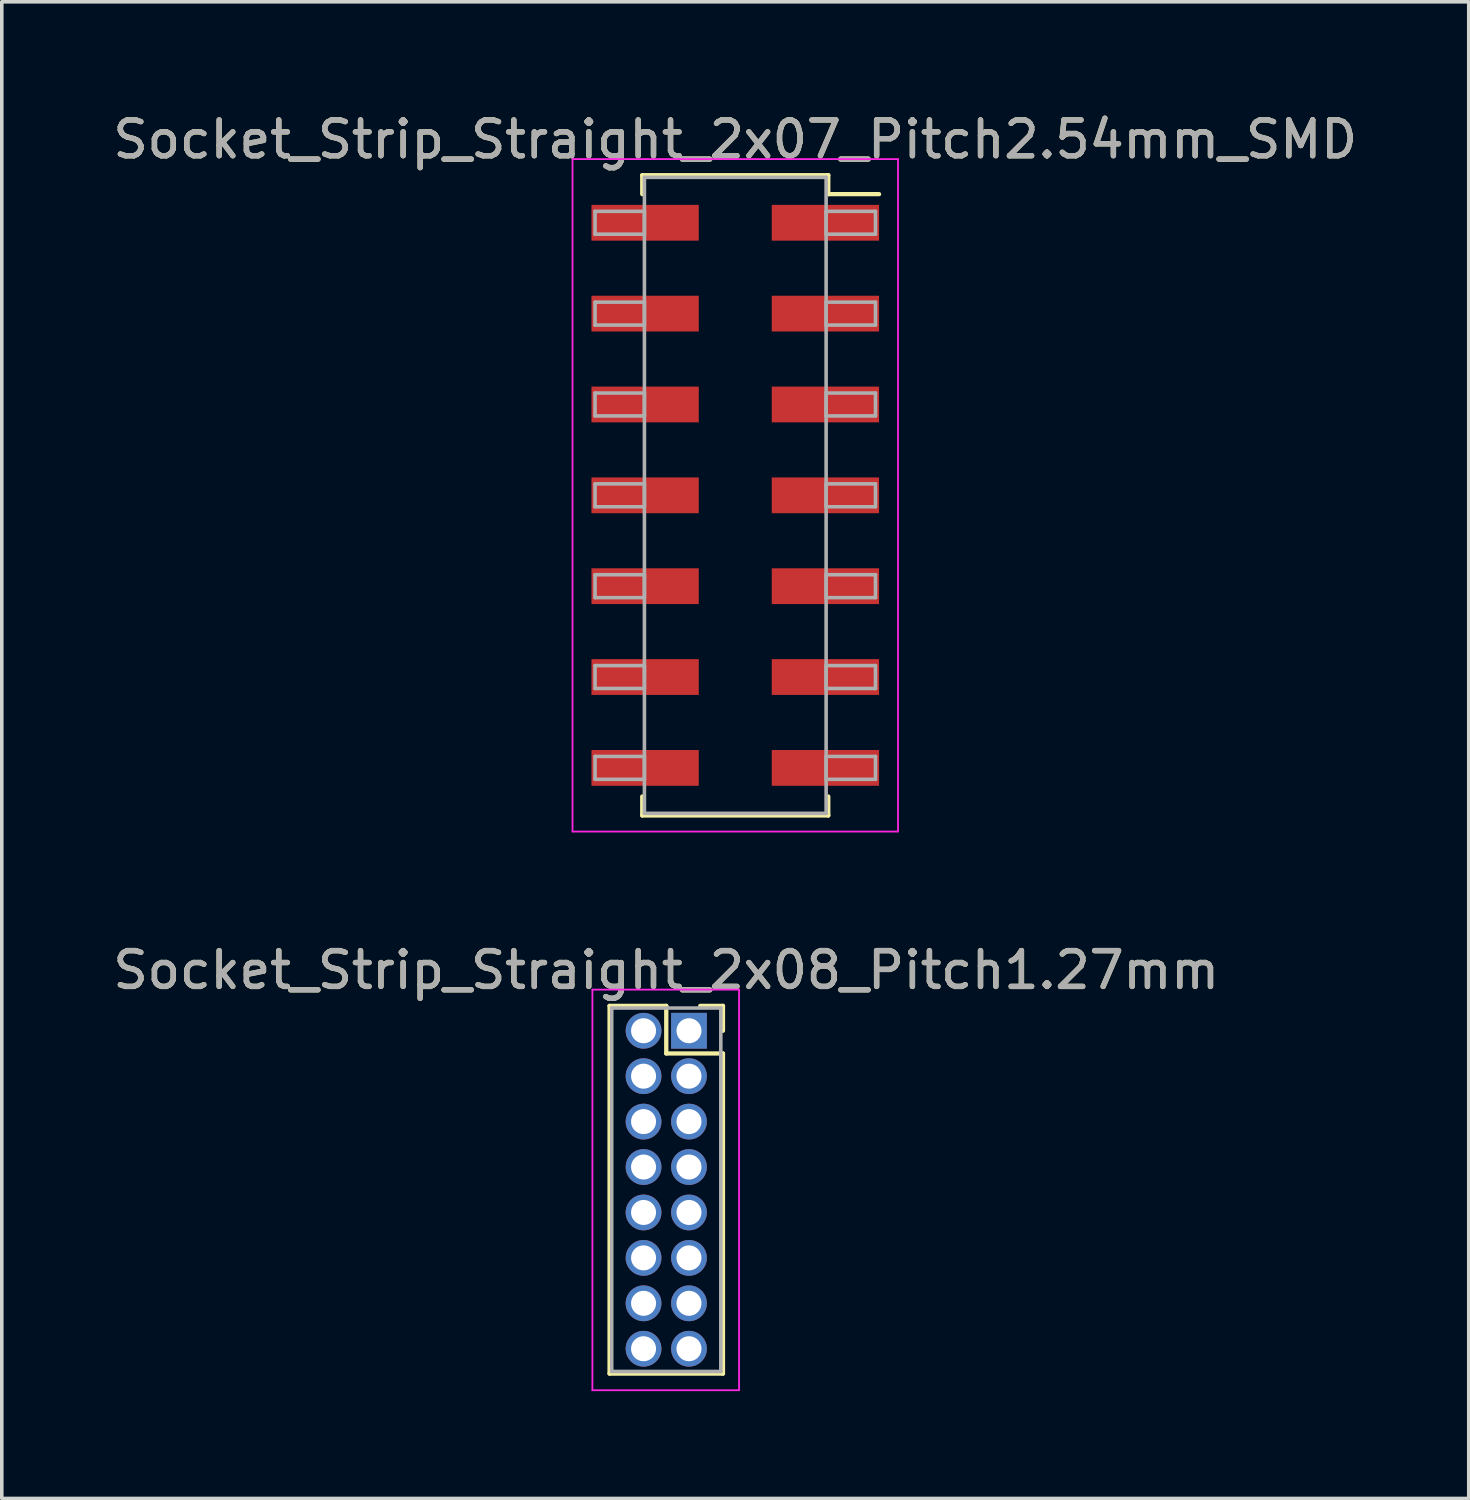
<source format=kicad_pcb>
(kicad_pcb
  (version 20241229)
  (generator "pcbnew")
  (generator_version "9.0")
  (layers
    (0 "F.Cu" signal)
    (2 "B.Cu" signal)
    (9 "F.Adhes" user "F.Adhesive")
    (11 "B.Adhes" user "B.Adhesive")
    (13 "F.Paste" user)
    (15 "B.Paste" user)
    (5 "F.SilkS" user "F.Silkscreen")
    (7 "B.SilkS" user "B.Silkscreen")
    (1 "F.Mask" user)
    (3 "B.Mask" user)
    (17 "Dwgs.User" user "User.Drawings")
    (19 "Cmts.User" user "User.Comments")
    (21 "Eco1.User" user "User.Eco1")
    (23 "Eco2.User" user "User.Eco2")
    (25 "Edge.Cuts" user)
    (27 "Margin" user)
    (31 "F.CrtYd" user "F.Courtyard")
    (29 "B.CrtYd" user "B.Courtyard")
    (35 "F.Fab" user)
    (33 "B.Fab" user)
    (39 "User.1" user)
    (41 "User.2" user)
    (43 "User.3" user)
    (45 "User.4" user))
  (footprint "Socket_Strip_Straight_2x08_Pitch1.27mm"
    (layer "F.Cu")
    (at 16.212 25.767)
    (property "Reference" "Socket_Strip_Straight_2x08_Pitch1.27mm" (at -0.635 -1.695 0) (layer "F.SilkS") (effects (font (size 1 1) (thickness 0.15))))
    (attr through_hole)
    (fp_line (start -2.22 -0.695) (end -0.635 -0.695) (stroke (width 0.12) (type solid)) (layer "F.SilkS"))
    (fp_line (start -2.22 9.585) (end -2.22 -0.695) (stroke (width 0.12) (type solid)) (layer "F.SilkS"))
    (fp_line (start -0.635 -0.695) (end -0.635 0.635) (stroke (width 0.12) (type solid)) (layer "F.SilkS"))
    (fp_line (start -0.635 0.635) (end 0.95 0.635) (stroke (width 0.12) (type solid)) (layer "F.SilkS"))
    (fp_line (start 0.95 -0.695) (end 0.315 -0.695) (stroke (width 0.12) (type solid)) (layer "F.SilkS"))
    (fp_line (start 0.95 0) (end 0.95 -0.695) (stroke (width 0.12) (type solid)) (layer "F.SilkS"))
    (fp_line (start 0.95 0.635) (end 0.95 9.585) (stroke (width 0.12) (type solid)) (layer "F.SilkS"))
    (fp_line (start 0.95 9.585) (end -2.22 9.585) (stroke (width 0.12) (type solid)) (layer "F.SilkS"))
    (fp_line (start -2.7 -1.15) (end -2.7 10.05) (stroke (width 0.05) (type solid)) (layer "F.CrtYd"))
    (fp_line (start -2.7 10.05) (end 1.4 10.05) (stroke (width 0.05) (type solid)) (layer "F.CrtYd"))
    (fp_line (start 1.4 -1.15) (end -2.7 -1.15) (stroke (width 0.05) (type solid)) (layer "F.CrtYd"))
    (fp_line (start 1.4 10.05) (end 1.4 -1.15) (stroke (width 0.05) (type solid)) (layer "F.CrtYd"))
    (fp_line (start -2.16 -0.635) (end -2.16 9.525) (stroke (width 0.1) (type solid)) (layer "F.Fab"))
    (fp_line (start -2.16 9.525) (end 0.89 9.525) (stroke (width 0.1) (type solid)) (layer "F.Fab"))
    (fp_line (start 0.89 -0.635) (end -2.16 -0.635) (stroke (width 0.1) (type solid)) (layer "F.Fab"))
    (fp_line (start 0.89 9.525) (end 0.89 -0.635) (stroke (width 0.1) (type solid)) (layer "F.Fab"))
    (fp_text user "${REFERENCE}" (at -0.635 -1.695 0) (layer "F.Fab") (effects (font (size 1 1) (thickness 0.15))))
    (pad "1" thru_hole rect (at 0 0) (size 1 1) (drill 0.7) (layers "*.Cu" "*.Mask"))
    (pad "2" thru_hole oval (at -1.27 0) (size 1 1) (drill 0.7) (layers "*.Cu" "*.Mask"))
    (pad "3" thru_hole oval (at 0 1.27) (size 1 1) (drill 0.7) (layers "*.Cu" "*.Mask"))
    (pad "4" thru_hole oval (at -1.27 1.27) (size 1 1) (drill 0.7) (layers "*.Cu" "*.Mask"))
    (pad "5" thru_hole oval (at 0 2.54) (size 1 1) (drill 0.7) (layers "*.Cu" "*.Mask"))
    (pad "6" thru_hole oval (at -1.27 2.54) (size 1 1) (drill 0.7) (layers "*.Cu" "*.Mask"))
    (pad "7" thru_hole oval (at 0 3.81) (size 1 1) (drill 0.7) (layers "*.Cu" "*.Mask"))
    (pad "8" thru_hole oval (at -1.27 3.81) (size 1 1) (drill 0.7) (layers "*.Cu" "*.Mask"))
    (pad "9" thru_hole oval (at 0 5.08) (size 1 1) (drill 0.7) (layers "*.Cu" "*.Mask"))
    (pad "10" thru_hole oval (at -1.27 5.08) (size 1 1) (drill 0.7) (layers "*.Cu" "*.Mask"))
    (pad "11" thru_hole oval (at 0 6.35) (size 1 1) (drill 0.7) (layers "*.Cu" "*.Mask"))
    (pad "12" thru_hole oval (at -1.27 6.35) (size 1 1) (drill 0.7) (layers "*.Cu" "*.Mask"))
    (pad "13" thru_hole oval (at 0 7.62) (size 1 1) (drill 0.7) (layers "*.Cu" "*.Mask"))
    (pad "14" thru_hole oval (at -1.27 7.62) (size 1 1) (drill 0.7) (layers "*.Cu" "*.Mask"))
    (pad "15" thru_hole oval (at 0 8.89) (size 1 1) (drill 0.7) (layers "*.Cu" "*.Mask"))
    (pad "16" thru_hole oval (at -1.27 8.89) (size 1 1) (drill 0.7) (layers "*.Cu" "*.Mask")))
  (footprint "Socket_Strip_Straight_2x07_Pitch2.54mm_SMD"
    (layer "F.Cu")
    (at 17.506 10.798)
    (property "Reference" "Socket_Strip_Straight_2x07_Pitch2.54mm_SMD" (at 0 -9.95 0) (layer "F.SilkS") (effects (font (size 1 1) (thickness 0.15))))
    (attr smd)
    (fp_line (start -2.6 -8.95) (end 2.6 -8.95) (stroke (width 0.12) (type solid)) (layer "F.SilkS"))
    (fp_line (start -2.6 -8.42) (end -2.6 -8.95) (stroke (width 0.12) (type solid)) (layer "F.SilkS"))
    (fp_line (start -2.6 8.42) (end -2.6 8.95) (stroke (width 0.12) (type solid)) (layer "F.SilkS"))
    (fp_line (start -2.6 8.95) (end 2.6 8.95) (stroke (width 0.12) (type solid)) (layer "F.SilkS"))
    (fp_line (start 2.6 -8.95) (end 2.6 -8.42) (stroke (width 0.12) (type solid)) (layer "F.SilkS"))
    (fp_line (start 2.6 8.95) (end 2.6 8.42) (stroke (width 0.12) (type solid)) (layer "F.SilkS"))
    (fp_line (start 4.02 -8.42) (end 2.6 -8.42) (stroke (width 0.12) (type solid)) (layer "F.SilkS"))
    (fp_line (start -4.55 -9.4) (end -4.55 9.4) (stroke (width 0.05) (type solid)) (layer "F.CrtYd"))
    (fp_line (start -4.55 9.4) (end 4.55 9.4) (stroke (width 0.05) (type solid)) (layer "F.CrtYd"))
    (fp_line (start 4.55 -9.4) (end -4.55 -9.4) (stroke (width 0.05) (type solid)) (layer "F.CrtYd"))
    (fp_line (start 4.55 9.4) (end 4.55 -9.4) (stroke (width 0.05) (type solid)) (layer "F.CrtYd"))
    (fp_line (start -3.92 -7.94) (end -2.54 -7.94) (stroke (width 0.1) (type solid)) (layer "F.Fab"))
    (fp_line (start -3.92 -7.3) (end -3.92 -7.94) (stroke (width 0.1) (type solid)) (layer "F.Fab"))
    (fp_line (start -3.92 -5.4) (end -2.54 -5.4) (stroke (width 0.1) (type solid)) (layer "F.Fab"))
    (fp_line (start -3.92 -4.76) (end -3.92 -5.4) (stroke (width 0.1) (type solid)) (layer "F.Fab"))
    (fp_line (start -3.92 -2.86) (end -2.54 -2.86) (stroke (width 0.1) (type solid)) (layer "F.Fab"))
    (fp_line (start -3.92 -2.22) (end -3.92 -2.86) (stroke (width 0.1) (type solid)) (layer "F.Fab"))
    (fp_line (start -3.92 -0.32) (end -2.54 -0.32) (stroke (width 0.1) (type solid)) (layer "F.Fab"))
    (fp_line (start -3.92 0.32) (end -3.92 -0.32) (stroke (width 0.1) (type solid)) (layer "F.Fab"))
    (fp_line (start -3.92 2.22) (end -2.54 2.22) (stroke (width 0.1) (type solid)) (layer "F.Fab"))
    (fp_line (start -3.92 2.86) (end -3.92 2.22) (stroke (width 0.1) (type solid)) (layer "F.Fab"))
    (fp_line (start -3.92 4.76) (end -2.54 4.76) (stroke (width 0.1) (type solid)) (layer "F.Fab"))
    (fp_line (start -3.92 5.4) (end -3.92 4.76) (stroke (width 0.1) (type solid)) (layer "F.Fab"))
    (fp_line (start -3.92 7.3) (end -2.54 7.3) (stroke (width 0.1) (type solid)) (layer "F.Fab"))
    (fp_line (start -3.92 7.94) (end -3.92 7.3) (stroke (width 0.1) (type solid)) (layer "F.Fab"))
    (fp_line (start -2.54 -8.89) (end -2.54 8.89) (stroke (width 0.1) (type solid)) (layer "F.Fab"))
    (fp_line (start -2.54 -7.94) (end -2.54 -7.3) (stroke (width 0.1) (type solid)) (layer "F.Fab"))
    (fp_line (start -2.54 -7.3) (end -3.92 -7.3) (stroke (width 0.1) (type solid)) (layer "F.Fab"))
    (fp_line (start -2.54 -5.4) (end -2.54 -4.76) (stroke (width 0.1) (type solid)) (layer "F.Fab"))
    (fp_line (start -2.54 -4.76) (end -3.92 -4.76) (stroke (width 0.1) (type solid)) (layer "F.Fab"))
    (fp_line (start -2.54 -2.86) (end -2.54 -2.22) (stroke (width 0.1) (type solid)) (layer "F.Fab"))
    (fp_line (start -2.54 -2.22) (end -3.92 -2.22) (stroke (width 0.1) (type solid)) (layer "F.Fab"))
    (fp_line (start -2.54 -0.32) (end -2.54 0.32) (stroke (width 0.1) (type solid)) (layer "F.Fab"))
    (fp_line (start -2.54 0.32) (end -3.92 0.32) (stroke (width 0.1) (type solid)) (layer "F.Fab"))
    (fp_line (start -2.54 2.22) (end -2.54 2.86) (stroke (width 0.1) (type solid)) (layer "F.Fab"))
    (fp_line (start -2.54 2.86) (end -3.92 2.86) (stroke (width 0.1) (type solid)) (layer "F.Fab"))
    (fp_line (start -2.54 4.76) (end -2.54 5.4) (stroke (width 0.1) (type solid)) (layer "F.Fab"))
    (fp_line (start -2.54 5.4) (end -3.92 5.4) (stroke (width 0.1) (type solid)) (layer "F.Fab"))
    (fp_line (start -2.54 7.3) (end -2.54 7.94) (stroke (width 0.1) (type solid)) (layer "F.Fab"))
    (fp_line (start -2.54 7.94) (end -3.92 7.94) (stroke (width 0.1) (type solid)) (layer "F.Fab"))
    (fp_line (start -2.54 8.89) (end 2.54 8.89) (stroke (width 0.1) (type solid)) (layer "F.Fab"))
    (fp_line (start 2.54 -8.89) (end -2.54 -8.89) (stroke (width 0.1) (type solid)) (layer "F.Fab"))
    (fp_line (start 2.54 -7.94) (end 2.54 -7.3) (stroke (width 0.1) (type solid)) (layer "F.Fab"))
    (fp_line (start 2.54 -7.3) (end 3.92 -7.3) (stroke (width 0.1) (type solid)) (layer "F.Fab"))
    (fp_line (start 2.54 -5.4) (end 2.54 -4.76) (stroke (width 0.1) (type solid)) (layer "F.Fab"))
    (fp_line (start 2.54 -4.76) (end 3.92 -4.76) (stroke (width 0.1) (type solid)) (layer "F.Fab"))
    (fp_line (start 2.54 -2.86) (end 2.54 -2.22) (stroke (width 0.1) (type solid)) (layer "F.Fab"))
    (fp_line (start 2.54 -2.22) (end 3.92 -2.22) (stroke (width 0.1) (type solid)) (layer "F.Fab"))
    (fp_line (start 2.54 -0.32) (end 2.54 0.32) (stroke (width 0.1) (type solid)) (layer "F.Fab"))
    (fp_line (start 2.54 0.32) (end 3.92 0.32) (stroke (width 0.1) (type solid)) (layer "F.Fab"))
    (fp_line (start 2.54 2.22) (end 2.54 2.86) (stroke (width 0.1) (type solid)) (layer "F.Fab"))
    (fp_line (start 2.54 2.86) (end 3.92 2.86) (stroke (width 0.1) (type solid)) (layer "F.Fab"))
    (fp_line (start 2.54 4.76) (end 2.54 5.4) (stroke (width 0.1) (type solid)) (layer "F.Fab"))
    (fp_line (start 2.54 5.4) (end 3.92 5.4) (stroke (width 0.1) (type solid)) (layer "F.Fab"))
    (fp_line (start 2.54 7.3) (end 2.54 7.94) (stroke (width 0.1) (type solid)) (layer "F.Fab"))
    (fp_line (start 2.54 7.94) (end 3.92 7.94) (stroke (width 0.1) (type solid)) (layer "F.Fab"))
    (fp_line (start 2.54 8.89) (end 2.54 -8.89) (stroke (width 0.1) (type solid)) (layer "F.Fab"))
    (fp_line (start 3.92 -7.94) (end 2.54 -7.94) (stroke (width 0.1) (type solid)) (layer "F.Fab"))
    (fp_line (start 3.92 -7.3) (end 3.92 -7.94) (stroke (width 0.1) (type solid)) (layer "F.Fab"))
    (fp_line (start 3.92 -5.4) (end 2.54 -5.4) (stroke (width 0.1) (type solid)) (layer "F.Fab"))
    (fp_line (start 3.92 -4.76) (end 3.92 -5.4) (stroke (width 0.1) (type solid)) (layer "F.Fab"))
    (fp_line (start 3.92 -2.86) (end 2.54 -2.86) (stroke (width 0.1) (type solid)) (layer "F.Fab"))
    (fp_line (start 3.92 -2.22) (end 3.92 -2.86) (stroke (width 0.1) (type solid)) (layer "F.Fab"))
    (fp_line (start 3.92 -0.32) (end 2.54 -0.32) (stroke (width 0.1) (type solid)) (layer "F.Fab"))
    (fp_line (start 3.92 0.32) (end 3.92 -0.32) (stroke (width 0.1) (type solid)) (layer "F.Fab"))
    (fp_line (start 3.92 2.22) (end 2.54 2.22) (stroke (width 0.1) (type solid)) (layer "F.Fab"))
    (fp_line (start 3.92 2.86) (end 3.92 2.22) (stroke (width 0.1) (type solid)) (layer "F.Fab"))
    (fp_line (start 3.92 4.76) (end 2.54 4.76) (stroke (width 0.1) (type solid)) (layer "F.Fab"))
    (fp_line (start 3.92 5.4) (end 3.92 4.76) (stroke (width 0.1) (type solid)) (layer "F.Fab"))
    (fp_line (start 3.92 7.3) (end 2.54 7.3) (stroke (width 0.1) (type solid)) (layer "F.Fab"))
    (fp_line (start 3.92 7.94) (end 3.92 7.3) (stroke (width 0.1) (type solid)) (layer "F.Fab"))
    (fp_text user "${REFERENCE}" (at 0 -9.95 0) (layer "F.Fab") (effects (font (size 1 1) (thickness 0.15))))
    (pad "1" smd rect (at 2.52 -7.62) (size 3 1) (layers "F.Cu" "F.Mask" "F.Paste"))
    (pad "2" smd rect (at -2.52 -7.62) (size 3 1) (layers "F.Cu" "F.Mask" "F.Paste"))
    (pad "3" smd rect (at 2.52 -5.08) (size 3 1) (layers "F.Cu" "F.Mask" "F.Paste"))
    (pad "4" smd rect (at -2.52 -5.08) (size 3 1) (layers "F.Cu" "F.Mask" "F.Paste"))
    (pad "5" smd rect (at 2.52 -2.54) (size 3 1) (layers "F.Cu" "F.Mask" "F.Paste"))
    (pad "6" smd rect (at -2.52 -2.54) (size 3 1) (layers "F.Cu" "F.Mask" "F.Paste"))
    (pad "7" smd rect (at 2.52 0) (size 3 1) (layers "F.Cu" "F.Mask" "F.Paste"))
    (pad "8" smd rect (at -2.52 0) (size 3 1) (layers "F.Cu" "F.Mask" "F.Paste"))
    (pad "9" smd rect (at 2.52 2.54) (size 3 1) (layers "F.Cu" "F.Mask" "F.Paste"))
    (pad "10" smd rect (at -2.52 2.54) (size 3 1) (layers "F.Cu" "F.Mask" "F.Paste"))
    (pad "11" smd rect (at 2.52 5.08) (size 3 1) (layers "F.Cu" "F.Mask" "F.Paste"))
    (pad "12" smd rect (at -2.52 5.08) (size 3 1) (layers "F.Cu" "F.Mask" "F.Paste"))
    (pad "13" smd rect (at 2.52 7.62) (size 3 1) (layers "F.Cu" "F.Mask" "F.Paste"))
    (pad "14" smd rect (at -2.52 7.62) (size 3 1) (layers "F.Cu" "F.Mask" "F.Paste")))
  (gr_rect
    (start -3 -3)
    (end 38.012 38.842)
    (stroke (width 0.1) (type default))
    (fill no)
    (layer "Edge.Cuts")))
</source>
